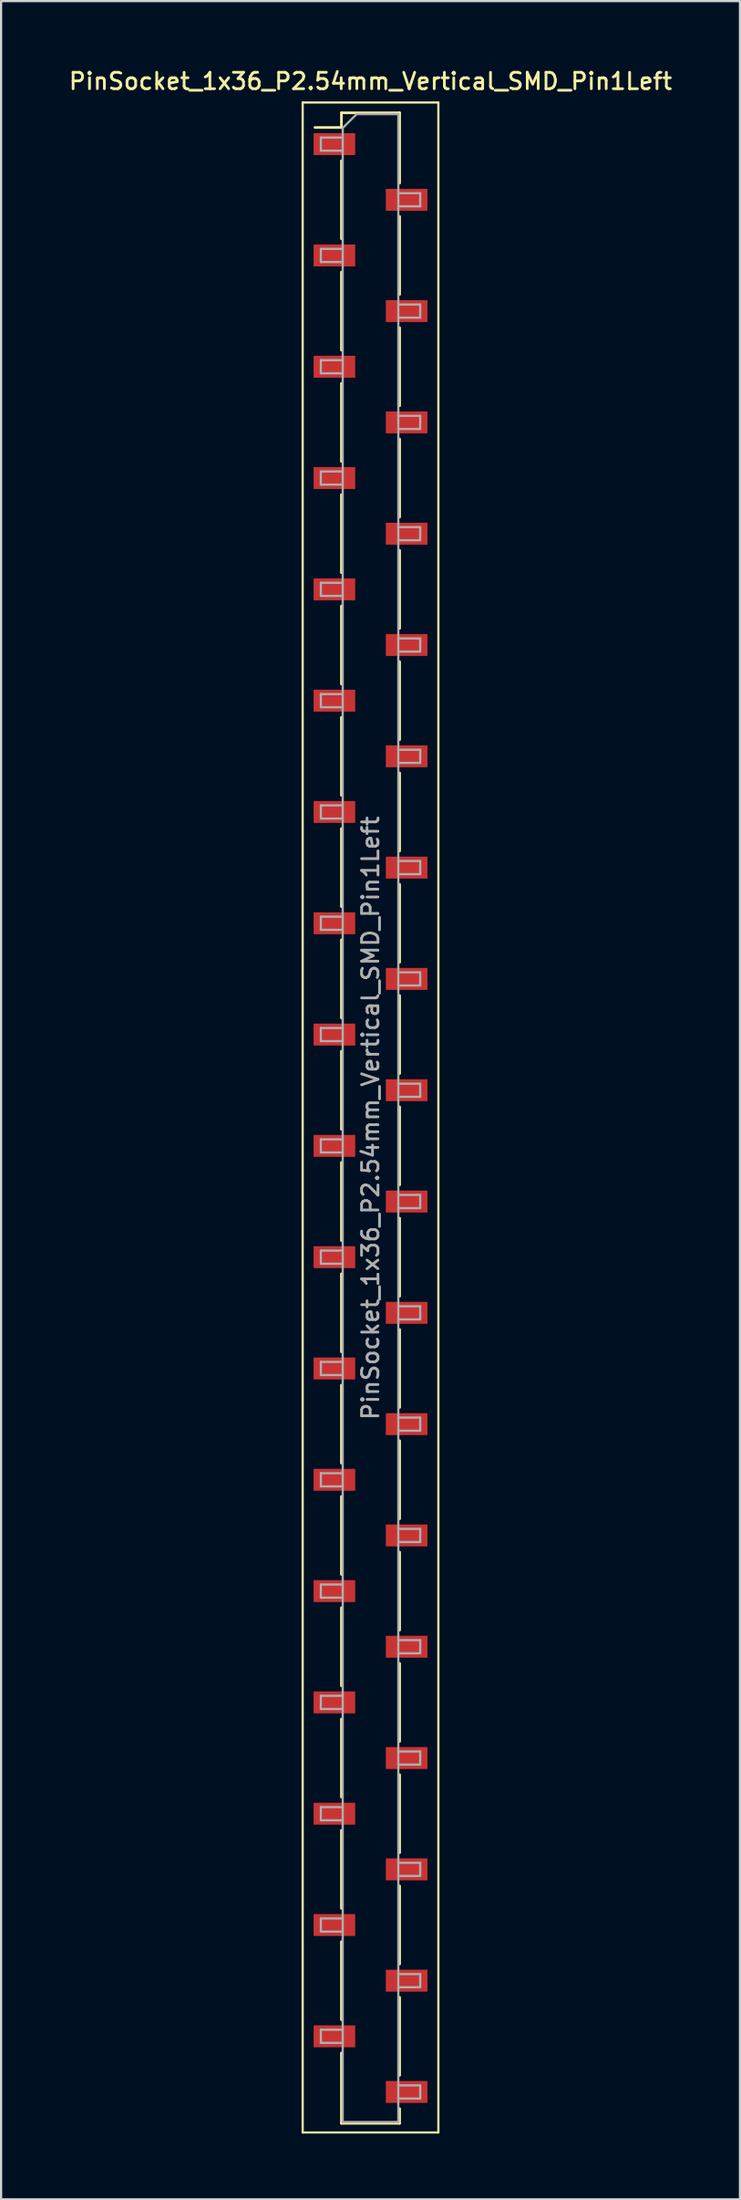
<source format=kicad_pcb>
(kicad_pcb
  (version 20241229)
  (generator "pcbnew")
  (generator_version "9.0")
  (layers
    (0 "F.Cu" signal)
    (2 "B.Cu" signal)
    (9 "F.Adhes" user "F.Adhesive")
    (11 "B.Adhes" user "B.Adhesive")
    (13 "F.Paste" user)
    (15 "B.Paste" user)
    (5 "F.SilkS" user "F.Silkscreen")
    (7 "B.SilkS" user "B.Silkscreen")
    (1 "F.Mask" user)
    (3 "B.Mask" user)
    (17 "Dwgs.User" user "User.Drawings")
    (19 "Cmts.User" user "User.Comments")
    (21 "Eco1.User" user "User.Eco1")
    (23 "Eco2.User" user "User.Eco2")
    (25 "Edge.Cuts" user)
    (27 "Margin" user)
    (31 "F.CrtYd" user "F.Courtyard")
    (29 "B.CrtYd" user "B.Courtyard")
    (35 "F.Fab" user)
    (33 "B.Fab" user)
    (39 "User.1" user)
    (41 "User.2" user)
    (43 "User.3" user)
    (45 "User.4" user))
  (footprint "PinSocket_1x36_P2.54mm_Vertical_SMD_Pin1Left"
    (layer "F.Cu")
    (at 13.88 47.978)
    (property "Reference" "PinSocket_1x36_P2.54mm_Vertical_SMD_Pin1Left" (at 0 -47.32 0) (layer "F.SilkS") (effects (font (size 0.75 0.75) (thickness 0.125))))
    (attr smd)
    (fp_line (start -3.1 -46.35) (end 3.1 -46.35) (stroke (width 0.1) (type solid)) (layer "F.SilkS"))
    (fp_line (start -3.1 46.3) (end -3.1 -46.35) (stroke (width 0.1) (type solid)) (layer "F.SilkS"))
    (fp_line (start -2.54 -45.21) (end -1.33 -45.21) (stroke (width 0.12) (type solid)) (layer "F.SilkS"))
    (fp_line (start -1.33 -45.88) (end -1.33 -45.21) (stroke (width 0.12) (type solid)) (layer "F.SilkS"))
    (fp_line (start -1.33 -45.88) (end 1.33 -45.88) (stroke (width 0.12) (type solid)) (layer "F.SilkS"))
    (fp_line (start -1.33 -43.69) (end -1.33 -40.13) (stroke (width 0.12) (type solid)) (layer "F.SilkS"))
    (fp_line (start -1.33 -38.61) (end -1.33 -35.05) (stroke (width 0.12) (type solid)) (layer "F.SilkS"))
    (fp_line (start -1.33 -33.53) (end -1.33 -29.97) (stroke (width 0.12) (type solid)) (layer "F.SilkS"))
    (fp_line (start -1.33 -28.45) (end -1.33 -24.89) (stroke (width 0.12) (type solid)) (layer "F.SilkS"))
    (fp_line (start -1.33 -23.37) (end -1.33 -19.81) (stroke (width 0.12) (type solid)) (layer "F.SilkS"))
    (fp_line (start -1.33 -18.29) (end -1.33 -14.73) (stroke (width 0.12) (type solid)) (layer "F.SilkS"))
    (fp_line (start -1.33 -13.21) (end -1.33 -9.65) (stroke (width 0.12) (type solid)) (layer "F.SilkS"))
    (fp_line (start -1.33 -8.13) (end -1.33 -4.57) (stroke (width 0.12) (type solid)) (layer "F.SilkS"))
    (fp_line (start -1.33 -3.05) (end -1.33 0.51) (stroke (width 0.12) (type solid)) (layer "F.SilkS"))
    (fp_line (start -1.33 2.03) (end -1.33 5.59) (stroke (width 0.12) (type solid)) (layer "F.SilkS"))
    (fp_line (start -1.33 7.11) (end -1.33 10.67) (stroke (width 0.12) (type solid)) (layer "F.SilkS"))
    (fp_line (start -1.33 12.19) (end -1.33 15.75) (stroke (width 0.12) (type solid)) (layer "F.SilkS"))
    (fp_line (start -1.33 17.27) (end -1.33 20.83) (stroke (width 0.12) (type solid)) (layer "F.SilkS"))
    (fp_line (start -1.33 22.35) (end -1.33 25.91) (stroke (width 0.12) (type solid)) (layer "F.SilkS"))
    (fp_line (start -1.33 27.43) (end -1.33 30.99) (stroke (width 0.12) (type solid)) (layer "F.SilkS"))
    (fp_line (start -1.33 32.51) (end -1.33 36.07) (stroke (width 0.12) (type solid)) (layer "F.SilkS"))
    (fp_line (start -1.33 37.59) (end -1.33 41.15) (stroke (width 0.12) (type solid)) (layer "F.SilkS"))
    (fp_line (start -1.33 42.67) (end -1.33 45.88) (stroke (width 0.12) (type solid)) (layer "F.SilkS"))
    (fp_line (start -1.33 45.88) (end 1.33 45.88) (stroke (width 0.12) (type solid)) (layer "F.SilkS"))
    (fp_line (start 1.33 -45.88) (end 1.33 -42.67) (stroke (width 0.12) (type solid)) (layer "F.SilkS"))
    (fp_line (start 1.33 -41.15) (end 1.33 -37.59) (stroke (width 0.12) (type solid)) (layer "F.SilkS"))
    (fp_line (start 1.33 -36.07) (end 1.33 -32.51) (stroke (width 0.12) (type solid)) (layer "F.SilkS"))
    (fp_line (start 1.33 -30.99) (end 1.33 -27.43) (stroke (width 0.12) (type solid)) (layer "F.SilkS"))
    (fp_line (start 1.33 -25.91) (end 1.33 -22.35) (stroke (width 0.12) (type solid)) (layer "F.SilkS"))
    (fp_line (start 1.33 -20.83) (end 1.33 -17.27) (stroke (width 0.12) (type solid)) (layer "F.SilkS"))
    (fp_line (start 1.33 -15.75) (end 1.33 -12.19) (stroke (width 0.12) (type solid)) (layer "F.SilkS"))
    (fp_line (start 1.33 -10.67) (end 1.33 -7.11) (stroke (width 0.12) (type solid)) (layer "F.SilkS"))
    (fp_line (start 1.33 -5.59) (end 1.33 -2.03) (stroke (width 0.12) (type solid)) (layer "F.SilkS"))
    (fp_line (start 1.33 -0.51) (end 1.33 3.05) (stroke (width 0.12) (type solid)) (layer "F.SilkS"))
    (fp_line (start 1.33 4.57) (end 1.33 8.13) (stroke (width 0.12) (type solid)) (layer "F.SilkS"))
    (fp_line (start 1.33 9.65) (end 1.33 13.21) (stroke (width 0.12) (type solid)) (layer "F.SilkS"))
    (fp_line (start 1.33 14.73) (end 1.33 18.29) (stroke (width 0.12) (type solid)) (layer "F.SilkS"))
    (fp_line (start 1.33 19.81) (end 1.33 23.37) (stroke (width 0.12) (type solid)) (layer "F.SilkS"))
    (fp_line (start 1.33 24.89) (end 1.33 28.45) (stroke (width 0.12) (type solid)) (layer "F.SilkS"))
    (fp_line (start 1.33 29.97) (end 1.33 33.53) (stroke (width 0.12) (type solid)) (layer "F.SilkS"))
    (fp_line (start 1.33 35.05) (end 1.33 38.61) (stroke (width 0.12) (type solid)) (layer "F.SilkS"))
    (fp_line (start 1.33 40.13) (end 1.33 43.69) (stroke (width 0.12) (type solid)) (layer "F.SilkS"))
    (fp_line (start 1.33 45.21) (end 1.33 45.88) (stroke (width 0.12) (type solid)) (layer "F.SilkS"))
    (fp_line (start 3.1 -46.35) (end 3.1 46.3) (stroke (width 0.1) (type solid)) (layer "F.SilkS"))
    (fp_line (start 3.1 46.3) (end -3.1 46.3) (stroke (width 0.1) (type solid)) (layer "F.SilkS"))
    (fp_line (start -2.27 -44.75) (end -1.27 -44.75) (stroke (width 0.1) (type solid)) (layer "F.Fab"))
    (fp_line (start -2.27 -44.15) (end -2.27 -44.75) (stroke (width 0.1) (type solid)) (layer "F.Fab"))
    (fp_line (start -2.27 -39.67) (end -1.27 -39.67) (stroke (width 0.1) (type solid)) (layer "F.Fab"))
    (fp_line (start -2.27 -39.07) (end -2.27 -39.67) (stroke (width 0.1) (type solid)) (layer "F.Fab"))
    (fp_line (start -2.27 -34.59) (end -1.27 -34.59) (stroke (width 0.1) (type solid)) (layer "F.Fab"))
    (fp_line (start -2.27 -33.99) (end -2.27 -34.59) (stroke (width 0.1) (type solid)) (layer "F.Fab"))
    (fp_line (start -2.27 -29.51) (end -1.27 -29.51) (stroke (width 0.1) (type solid)) (layer "F.Fab"))
    (fp_line (start -2.27 -28.91) (end -2.27 -29.51) (stroke (width 0.1) (type solid)) (layer "F.Fab"))
    (fp_line (start -2.27 -24.43) (end -1.27 -24.43) (stroke (width 0.1) (type solid)) (layer "F.Fab"))
    (fp_line (start -2.27 -23.83) (end -2.27 -24.43) (stroke (width 0.1) (type solid)) (layer "F.Fab"))
    (fp_line (start -2.27 -19.35) (end -1.27 -19.35) (stroke (width 0.1) (type solid)) (layer "F.Fab"))
    (fp_line (start -2.27 -18.75) (end -2.27 -19.35) (stroke (width 0.1) (type solid)) (layer "F.Fab"))
    (fp_line (start -2.27 -14.27) (end -1.27 -14.27) (stroke (width 0.1) (type solid)) (layer "F.Fab"))
    (fp_line (start -2.27 -13.67) (end -2.27 -14.27) (stroke (width 0.1) (type solid)) (layer "F.Fab"))
    (fp_line (start -2.27 -9.19) (end -1.27 -9.19) (stroke (width 0.1) (type solid)) (layer "F.Fab"))
    (fp_line (start -2.27 -8.59) (end -2.27 -9.19) (stroke (width 0.1) (type solid)) (layer "F.Fab"))
    (fp_line (start -2.27 -4.11) (end -1.27 -4.11) (stroke (width 0.1) (type solid)) (layer "F.Fab"))
    (fp_line (start -2.27 -3.51) (end -2.27 -4.11) (stroke (width 0.1) (type solid)) (layer "F.Fab"))
    (fp_line (start -2.27 0.97) (end -1.27 0.97) (stroke (width 0.1) (type solid)) (layer "F.Fab"))
    (fp_line (start -2.27 1.57) (end -2.27 0.97) (stroke (width 0.1) (type solid)) (layer "F.Fab"))
    (fp_line (start -2.27 6.05) (end -1.27 6.05) (stroke (width 0.1) (type solid)) (layer "F.Fab"))
    (fp_line (start -2.27 6.65) (end -2.27 6.05) (stroke (width 0.1) (type solid)) (layer "F.Fab"))
    (fp_line (start -2.27 11.13) (end -1.27 11.13) (stroke (width 0.1) (type solid)) (layer "F.Fab"))
    (fp_line (start -2.27 11.73) (end -2.27 11.13) (stroke (width 0.1) (type solid)) (layer "F.Fab"))
    (fp_line (start -2.27 16.21) (end -1.27 16.21) (stroke (width 0.1) (type solid)) (layer "F.Fab"))
    (fp_line (start -2.27 16.81) (end -2.27 16.21) (stroke (width 0.1) (type solid)) (layer "F.Fab"))
    (fp_line (start -2.27 21.29) (end -1.27 21.29) (stroke (width 0.1) (type solid)) (layer "F.Fab"))
    (fp_line (start -2.27 21.89) (end -2.27 21.29) (stroke (width 0.1) (type solid)) (layer "F.Fab"))
    (fp_line (start -2.27 26.37) (end -1.27 26.37) (stroke (width 0.1) (type solid)) (layer "F.Fab"))
    (fp_line (start -2.27 26.97) (end -2.27 26.37) (stroke (width 0.1) (type solid)) (layer "F.Fab"))
    (fp_line (start -2.27 31.45) (end -1.27 31.45) (stroke (width 0.1) (type solid)) (layer "F.Fab"))
    (fp_line (start -2.27 32.05) (end -2.27 31.45) (stroke (width 0.1) (type solid)) (layer "F.Fab"))
    (fp_line (start -2.27 36.53) (end -1.27 36.53) (stroke (width 0.1) (type solid)) (layer "F.Fab"))
    (fp_line (start -2.27 37.13) (end -2.27 36.53) (stroke (width 0.1) (type solid)) (layer "F.Fab"))
    (fp_line (start -2.27 41.61) (end -1.27 41.61) (stroke (width 0.1) (type solid)) (layer "F.Fab"))
    (fp_line (start -2.27 42.21) (end -2.27 41.61) (stroke (width 0.1) (type solid)) (layer "F.Fab"))
    (fp_line (start -1.27 -45.185) (end -0.635 -45.82) (stroke (width 0.1) (type solid)) (layer "F.Fab"))
    (fp_line (start -1.27 -44.15) (end -2.27 -44.15) (stroke (width 0.1) (type solid)) (layer "F.Fab"))
    (fp_line (start -1.27 -39.07) (end -2.27 -39.07) (stroke (width 0.1) (type solid)) (layer "F.Fab"))
    (fp_line (start -1.27 -33.99) (end -2.27 -33.99) (stroke (width 0.1) (type solid)) (layer "F.Fab"))
    (fp_line (start -1.27 -28.91) (end -2.27 -28.91) (stroke (width 0.1) (type solid)) (layer "F.Fab"))
    (fp_line (start -1.27 -23.83) (end -2.27 -23.83) (stroke (width 0.1) (type solid)) (layer "F.Fab"))
    (fp_line (start -1.27 -18.75) (end -2.27 -18.75) (stroke (width 0.1) (type solid)) (layer "F.Fab"))
    (fp_line (start -1.27 -13.67) (end -2.27 -13.67) (stroke (width 0.1) (type solid)) (layer "F.Fab"))
    (fp_line (start -1.27 -8.59) (end -2.27 -8.59) (stroke (width 0.1) (type solid)) (layer "F.Fab"))
    (fp_line (start -1.27 -3.51) (end -2.27 -3.51) (stroke (width 0.1) (type solid)) (layer "F.Fab"))
    (fp_line (start -1.27 1.57) (end -2.27 1.57) (stroke (width 0.1) (type solid)) (layer "F.Fab"))
    (fp_line (start -1.27 6.65) (end -2.27 6.65) (stroke (width 0.1) (type solid)) (layer "F.Fab"))
    (fp_line (start -1.27 11.73) (end -2.27 11.73) (stroke (width 0.1) (type solid)) (layer "F.Fab"))
    (fp_line (start -1.27 16.81) (end -2.27 16.81) (stroke (width 0.1) (type solid)) (layer "F.Fab"))
    (fp_line (start -1.27 21.89) (end -2.27 21.89) (stroke (width 0.1) (type solid)) (layer "F.Fab"))
    (fp_line (start -1.27 26.97) (end -2.27 26.97) (stroke (width 0.1) (type solid)) (layer "F.Fab"))
    (fp_line (start -1.27 32.05) (end -2.27 32.05) (stroke (width 0.1) (type solid)) (layer "F.Fab"))
    (fp_line (start -1.27 37.13) (end -2.27 37.13) (stroke (width 0.1) (type solid)) (layer "F.Fab"))
    (fp_line (start -1.27 42.21) (end -2.27 42.21) (stroke (width 0.1) (type solid)) (layer "F.Fab"))
    (fp_line (start -1.27 45.82) (end -1.27 -45.185) (stroke (width 0.1) (type solid)) (layer "F.Fab"))
    (fp_line (start -0.635 -45.82) (end 1.27 -45.82) (stroke (width 0.1) (type solid)) (layer "F.Fab"))
    (fp_line (start 1.27 -45.82) (end 1.27 45.82) (stroke (width 0.1) (type solid)) (layer "F.Fab"))
    (fp_line (start 1.27 -42.21) (end 2.27 -42.21) (stroke (width 0.1) (type solid)) (layer "F.Fab"))
    (fp_line (start 1.27 -37.13) (end 2.27 -37.13) (stroke (width 0.1) (type solid)) (layer "F.Fab"))
    (fp_line (start 1.27 -32.05) (end 2.27 -32.05) (stroke (width 0.1) (type solid)) (layer "F.Fab"))
    (fp_line (start 1.27 -26.97) (end 2.27 -26.97) (stroke (width 0.1) (type solid)) (layer "F.Fab"))
    (fp_line (start 1.27 -21.89) (end 2.27 -21.89) (stroke (width 0.1) (type solid)) (layer "F.Fab"))
    (fp_line (start 1.27 -16.81) (end 2.27 -16.81) (stroke (width 0.1) (type solid)) (layer "F.Fab"))
    (fp_line (start 1.27 -11.73) (end 2.27 -11.73) (stroke (width 0.1) (type solid)) (layer "F.Fab"))
    (fp_line (start 1.27 -6.65) (end 2.27 -6.65) (stroke (width 0.1) (type solid)) (layer "F.Fab"))
    (fp_line (start 1.27 -1.57) (end 2.27 -1.57) (stroke (width 0.1) (type solid)) (layer "F.Fab"))
    (fp_line (start 1.27 3.51) (end 2.27 3.51) (stroke (width 0.1) (type solid)) (layer "F.Fab"))
    (fp_line (start 1.27 8.59) (end 2.27 8.59) (stroke (width 0.1) (type solid)) (layer "F.Fab"))
    (fp_line (start 1.27 13.67) (end 2.27 13.67) (stroke (width 0.1) (type solid)) (layer "F.Fab"))
    (fp_line (start 1.27 18.75) (end 2.27 18.75) (stroke (width 0.1) (type solid)) (layer "F.Fab"))
    (fp_line (start 1.27 23.83) (end 2.27 23.83) (stroke (width 0.1) (type solid)) (layer "F.Fab"))
    (fp_line (start 1.27 28.91) (end 2.27 28.91) (stroke (width 0.1) (type solid)) (layer "F.Fab"))
    (fp_line (start 1.27 33.99) (end 2.27 33.99) (stroke (width 0.1) (type solid)) (layer "F.Fab"))
    (fp_line (start 1.27 39.07) (end 2.27 39.07) (stroke (width 0.1) (type solid)) (layer "F.Fab"))
    (fp_line (start 1.27 44.15) (end 2.27 44.15) (stroke (width 0.1) (type solid)) (layer "F.Fab"))
    (fp_line (start 1.27 45.82) (end -1.27 45.82) (stroke (width 0.1) (type solid)) (layer "F.Fab"))
    (fp_line (start 2.27 -42.21) (end 2.27 -41.61) (stroke (width 0.1) (type solid)) (layer "F.Fab"))
    (fp_line (start 2.27 -41.61) (end 1.27 -41.61) (stroke (width 0.1) (type solid)) (layer "F.Fab"))
    (fp_line (start 2.27 -37.13) (end 2.27 -36.53) (stroke (width 0.1) (type solid)) (layer "F.Fab"))
    (fp_line (start 2.27 -36.53) (end 1.27 -36.53) (stroke (width 0.1) (type solid)) (layer "F.Fab"))
    (fp_line (start 2.27 -32.05) (end 2.27 -31.45) (stroke (width 0.1) (type solid)) (layer "F.Fab"))
    (fp_line (start 2.27 -31.45) (end 1.27 -31.45) (stroke (width 0.1) (type solid)) (layer "F.Fab"))
    (fp_line (start 2.27 -26.97) (end 2.27 -26.37) (stroke (width 0.1) (type solid)) (layer "F.Fab"))
    (fp_line (start 2.27 -26.37) (end 1.27 -26.37) (stroke (width 0.1) (type solid)) (layer "F.Fab"))
    (fp_line (start 2.27 -21.89) (end 2.27 -21.29) (stroke (width 0.1) (type solid)) (layer "F.Fab"))
    (fp_line (start 2.27 -21.29) (end 1.27 -21.29) (stroke (width 0.1) (type solid)) (layer "F.Fab"))
    (fp_line (start 2.27 -16.81) (end 2.27 -16.21) (stroke (width 0.1) (type solid)) (layer "F.Fab"))
    (fp_line (start 2.27 -16.21) (end 1.27 -16.21) (stroke (width 0.1) (type solid)) (layer "F.Fab"))
    (fp_line (start 2.27 -11.73) (end 2.27 -11.13) (stroke (width 0.1) (type solid)) (layer "F.Fab"))
    (fp_line (start 2.27 -11.13) (end 1.27 -11.13) (stroke (width 0.1) (type solid)) (layer "F.Fab"))
    (fp_line (start 2.27 -6.65) (end 2.27 -6.05) (stroke (width 0.1) (type solid)) (layer "F.Fab"))
    (fp_line (start 2.27 -6.05) (end 1.27 -6.05) (stroke (width 0.1) (type solid)) (layer "F.Fab"))
    (fp_line (start 2.27 -1.57) (end 2.27 -0.97) (stroke (width 0.1) (type solid)) (layer "F.Fab"))
    (fp_line (start 2.27 -0.97) (end 1.27 -0.97) (stroke (width 0.1) (type solid)) (layer "F.Fab"))
    (fp_line (start 2.27 3.51) (end 2.27 4.11) (stroke (width 0.1) (type solid)) (layer "F.Fab"))
    (fp_line (start 2.27 4.11) (end 1.27 4.11) (stroke (width 0.1) (type solid)) (layer "F.Fab"))
    (fp_line (start 2.27 8.59) (end 2.27 9.19) (stroke (width 0.1) (type solid)) (layer "F.Fab"))
    (fp_line (start 2.27 9.19) (end 1.27 9.19) (stroke (width 0.1) (type solid)) (layer "F.Fab"))
    (fp_line (start 2.27 13.67) (end 2.27 14.27) (stroke (width 0.1) (type solid)) (layer "F.Fab"))
    (fp_line (start 2.27 14.27) (end 1.27 14.27) (stroke (width 0.1) (type solid)) (layer "F.Fab"))
    (fp_line (start 2.27 18.75) (end 2.27 19.35) (stroke (width 0.1) (type solid)) (layer "F.Fab"))
    (fp_line (start 2.27 19.35) (end 1.27 19.35) (stroke (width 0.1) (type solid)) (layer "F.Fab"))
    (fp_line (start 2.27 23.83) (end 2.27 24.43) (stroke (width 0.1) (type solid)) (layer "F.Fab"))
    (fp_line (start 2.27 24.43) (end 1.27 24.43) (stroke (width 0.1) (type solid)) (layer "F.Fab"))
    (fp_line (start 2.27 28.91) (end 2.27 29.51) (stroke (width 0.1) (type solid)) (layer "F.Fab"))
    (fp_line (start 2.27 29.51) (end 1.27 29.51) (stroke (width 0.1) (type solid)) (layer "F.Fab"))
    (fp_line (start 2.27 33.99) (end 2.27 34.59) (stroke (width 0.1) (type solid)) (layer "F.Fab"))
    (fp_line (start 2.27 34.59) (end 1.27 34.59) (stroke (width 0.1) (type solid)) (layer "F.Fab"))
    (fp_line (start 2.27 39.07) (end 2.27 39.67) (stroke (width 0.1) (type solid)) (layer "F.Fab"))
    (fp_line (start 2.27 39.67) (end 1.27 39.67) (stroke (width 0.1) (type solid)) (layer "F.Fab"))
    (fp_line (start 2.27 44.15) (end 2.27 44.75) (stroke (width 0.1) (type solid)) (layer "F.Fab"))
    (fp_line (start 2.27 44.75) (end 1.27 44.75) (stroke (width 0.1) (type solid)) (layer "F.Fab"))
    (fp_text user "${REFERENCE}" (at 0 0 90) (layer "F.Fab") (effects (font (size 0.75 0.75) (thickness 0.125))))
    (pad "1" smd rect (at -1.65 -44.45) (size 1.9 1) (layers "F.Cu" "F.Mask" "F.Paste"))
    (pad "2" smd rect (at 1.65 -41.91) (size 1.9 1) (layers "F.Cu" "F.Mask" "F.Paste"))
    (pad "3" smd rect (at -1.65 -39.37) (size 1.9 1) (layers "F.Cu" "F.Mask" "F.Paste"))
    (pad "4" smd rect (at 1.65 -36.83) (size 1.9 1) (layers "F.Cu" "F.Mask" "F.Paste"))
    (pad "5" smd rect (at -1.65 -34.29) (size 1.9 1) (layers "F.Cu" "F.Mask" "F.Paste"))
    (pad "6" smd rect (at 1.65 -31.75) (size 1.9 1) (layers "F.Cu" "F.Mask" "F.Paste"))
    (pad "7" smd rect (at -1.65 -29.21) (size 1.9 1) (layers "F.Cu" "F.Mask" "F.Paste"))
    (pad "8" smd rect (at 1.65 -26.67) (size 1.9 1) (layers "F.Cu" "F.Mask" "F.Paste"))
    (pad "9" smd rect (at -1.65 -24.13) (size 1.9 1) (layers "F.Cu" "F.Mask" "F.Paste"))
    (pad "10" smd rect (at 1.65 -21.59) (size 1.9 1) (layers "F.Cu" "F.Mask" "F.Paste"))
    (pad "11" smd rect (at -1.65 -19.05) (size 1.9 1) (layers "F.Cu" "F.Mask" "F.Paste"))
    (pad "12" smd rect (at 1.65 -16.51) (size 1.9 1) (layers "F.Cu" "F.Mask" "F.Paste"))
    (pad "13" smd rect (at -1.65 -13.97) (size 1.9 1) (layers "F.Cu" "F.Mask" "F.Paste"))
    (pad "14" smd rect (at 1.65 -11.43) (size 1.9 1) (layers "F.Cu" "F.Mask" "F.Paste"))
    (pad "15" smd rect (at -1.65 -8.89) (size 1.9 1) (layers "F.Cu" "F.Mask" "F.Paste"))
    (pad "16" smd rect (at 1.65 -6.35) (size 1.9 1) (layers "F.Cu" "F.Mask" "F.Paste"))
    (pad "17" smd rect (at -1.65 -3.81) (size 1.9 1) (layers "F.Cu" "F.Mask" "F.Paste"))
    (pad "18" smd rect (at 1.65 -1.27) (size 1.9 1) (layers "F.Cu" "F.Mask" "F.Paste"))
    (pad "19" smd rect (at -1.65 1.27) (size 1.9 1) (layers "F.Cu" "F.Mask" "F.Paste"))
    (pad "20" smd rect (at 1.65 3.81) (size 1.9 1) (layers "F.Cu" "F.Mask" "F.Paste"))
    (pad "21" smd rect (at -1.65 6.35) (size 1.9 1) (layers "F.Cu" "F.Mask" "F.Paste"))
    (pad "22" smd rect (at 1.65 8.89) (size 1.9 1) (layers "F.Cu" "F.Mask" "F.Paste"))
    (pad "23" smd rect (at -1.65 11.43) (size 1.9 1) (layers "F.Cu" "F.Mask" "F.Paste"))
    (pad "24" smd rect (at 1.65 13.97) (size 1.9 1) (layers "F.Cu" "F.Mask" "F.Paste"))
    (pad "25" smd rect (at -1.65 16.51) (size 1.9 1) (layers "F.Cu" "F.Mask" "F.Paste"))
    (pad "26" smd rect (at 1.65 19.05) (size 1.9 1) (layers "F.Cu" "F.Mask" "F.Paste"))
    (pad "27" smd rect (at -1.65 21.59) (size 1.9 1) (layers "F.Cu" "F.Mask" "F.Paste"))
    (pad "28" smd rect (at 1.65 24.13) (size 1.9 1) (layers "F.Cu" "F.Mask" "F.Paste"))
    (pad "29" smd rect (at -1.65 26.67) (size 1.9 1) (layers "F.Cu" "F.Mask" "F.Paste"))
    (pad "30" smd rect (at 1.65 29.21) (size 1.9 1) (layers "F.Cu" "F.Mask" "F.Paste"))
    (pad "31" smd rect (at -1.65 31.75) (size 1.9 1) (layers "F.Cu" "F.Mask" "F.Paste"))
    (pad "32" smd rect (at 1.65 34.29) (size 1.9 1) (layers "F.Cu" "F.Mask" "F.Paste"))
    (pad "33" smd rect (at -1.65 36.83) (size 1.9 1) (layers "F.Cu" "F.Mask" "F.Paste"))
    (pad "34" smd rect (at 1.65 39.37) (size 1.9 1) (layers "F.Cu" "F.Mask" "F.Paste"))
    (pad "35" smd rect (at -1.65 41.91) (size 1.9 1) (layers "F.Cu" "F.Mask" "F.Paste"))
    (pad "36" smd rect (at 1.65 44.45) (size 1.9 1) (layers "F.Cu" "F.Mask" "F.Paste")))
  (gr_rect
    (start -3 -3)
    (end 30.761 97.328)
    (stroke (width 0.1) (type default))
    (fill no)
    (layer "Edge.Cuts")))
</source>
